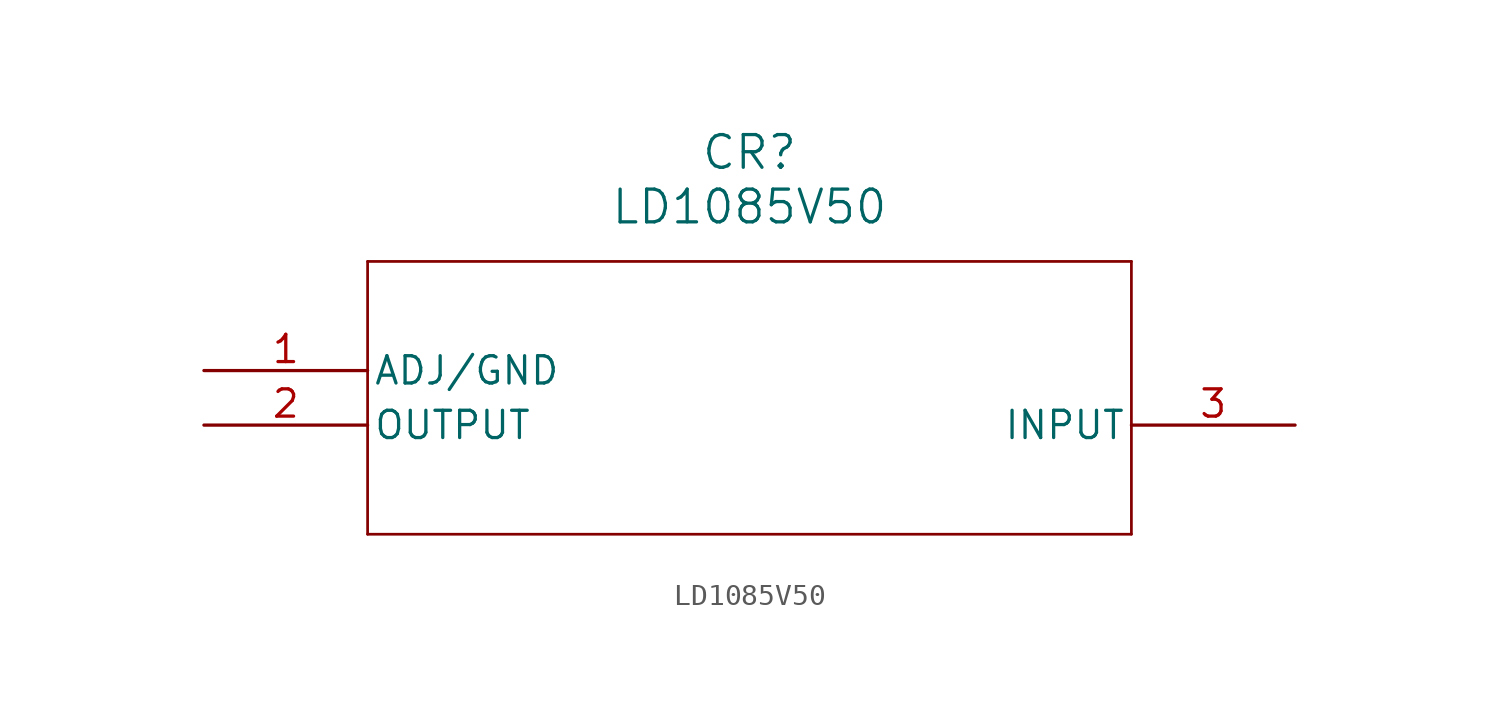
<source format=kicad_sym>
(kicad_symbol_lib
  (version 20241209)
  (generator "kicad_symbol_editor")
  (generator_version "9.0")
  (symbol "LD1085V50"
    (pin_names
      (offset 0.254))
    (property "Reference" "CR"
      (at 25.4 10.16 0)
      (effects (font (size 1.524 1.524))))
    (property "Value" "LD1085V50"
      (at 25.4 7.62 0)
      (effects (font (size 1.524 1.524))))
    (symbol "LD1085V50_0_1"
      (polyline (pts (xy 7.62 5.08) (xy 7.62 -7.62)) (stroke (width 0.127) (type default)) (fill (type none)))
      (polyline (pts (xy 7.62 -7.62) (xy 43.18 -7.62)) (stroke (width 0.127) (type default)) (fill (type none)))
      (polyline (pts (xy 43.18 5.08) (xy 7.62 5.08)) (stroke (width 0.127) (type default)) (fill (type none)))
      (polyline (pts (xy 43.18 -7.62) (xy 43.18 5.08)) (stroke (width 0.127) (type default)) (fill (type none)))
      (pin power_out line (at 0 0 0) (length 7.62) (name "ADJ/GND" (effects (font (size 1.27 1.27)))) (number "1" (effects (font (size 1.27 1.27)))))
      (pin output line (at 0 -2.54 0) (length 7.62) (name "OUTPUT" (effects (font (size 1.27 1.27)))) (number "2" (effects (font (size 1.27 1.27)))))
      (pin input line (at 50.8 -2.54 180) (length 7.62) (name "INPUT" (effects (font (size 1.27 1.27)))) (number "3" (effects (font (size 1.27 1.27))))))))
</source>
